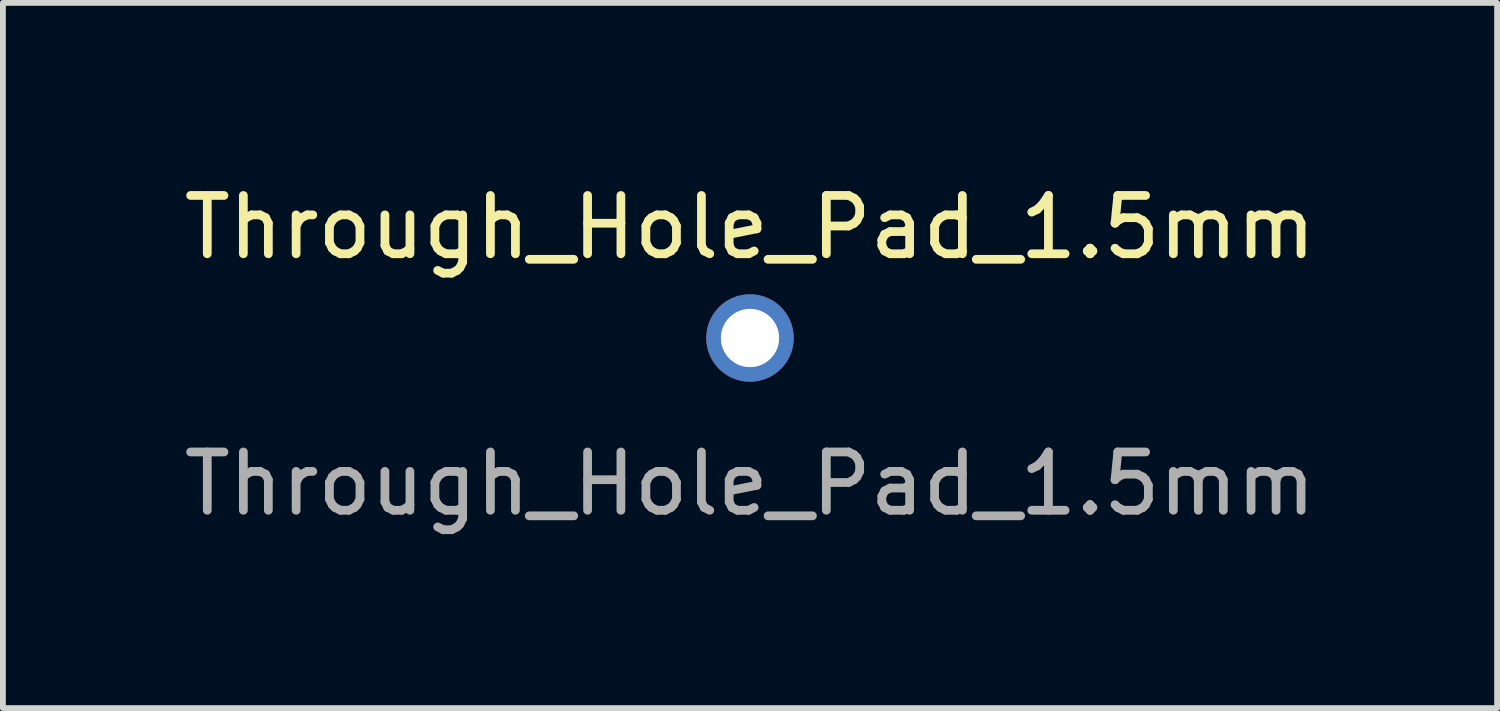
<source format=kicad_pcb>
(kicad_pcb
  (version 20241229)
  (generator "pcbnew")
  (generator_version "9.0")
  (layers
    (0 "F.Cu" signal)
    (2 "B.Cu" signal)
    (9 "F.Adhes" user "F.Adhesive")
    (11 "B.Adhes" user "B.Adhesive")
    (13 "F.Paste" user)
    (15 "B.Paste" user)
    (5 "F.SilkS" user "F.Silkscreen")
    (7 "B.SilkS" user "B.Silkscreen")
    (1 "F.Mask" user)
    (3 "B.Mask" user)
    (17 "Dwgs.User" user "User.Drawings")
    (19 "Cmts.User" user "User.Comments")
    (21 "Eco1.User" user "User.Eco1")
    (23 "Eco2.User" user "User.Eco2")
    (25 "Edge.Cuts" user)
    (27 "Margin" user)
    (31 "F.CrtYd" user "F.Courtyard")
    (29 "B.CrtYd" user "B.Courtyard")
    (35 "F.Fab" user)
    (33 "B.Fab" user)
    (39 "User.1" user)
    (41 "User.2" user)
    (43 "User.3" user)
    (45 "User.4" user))
  (footprint "Through_Hole_Pad_1.5mm"
    (layer "F.Cu")
    (at 9.815 2.748)
    (property "Reference" "Through_Hole_Pad_1.5mm" (at 0 -1.9 0) (unlocked yes) (layer "F.SilkS") (effects (font (size 1 1) (thickness 0.15))))
    (attr through_hole)
    (fp_text user "${REFERENCE}" (at 0 2.5 0) (unlocked yes) (layer "F.Fab") (effects (font (size 1 1) (thickness 0.15))))
    (pad "1" thru_hole circle (at 0 0) (size 1.5 1.5) (drill 1) (layers "*.Cu" "*.Mask")))
  (gr_rect
    (start -3 -3)
    (end 22.631 9.097)
    (stroke (width 0.1) (type default))
    (fill no)
    (layer "Edge.Cuts")))
</source>
